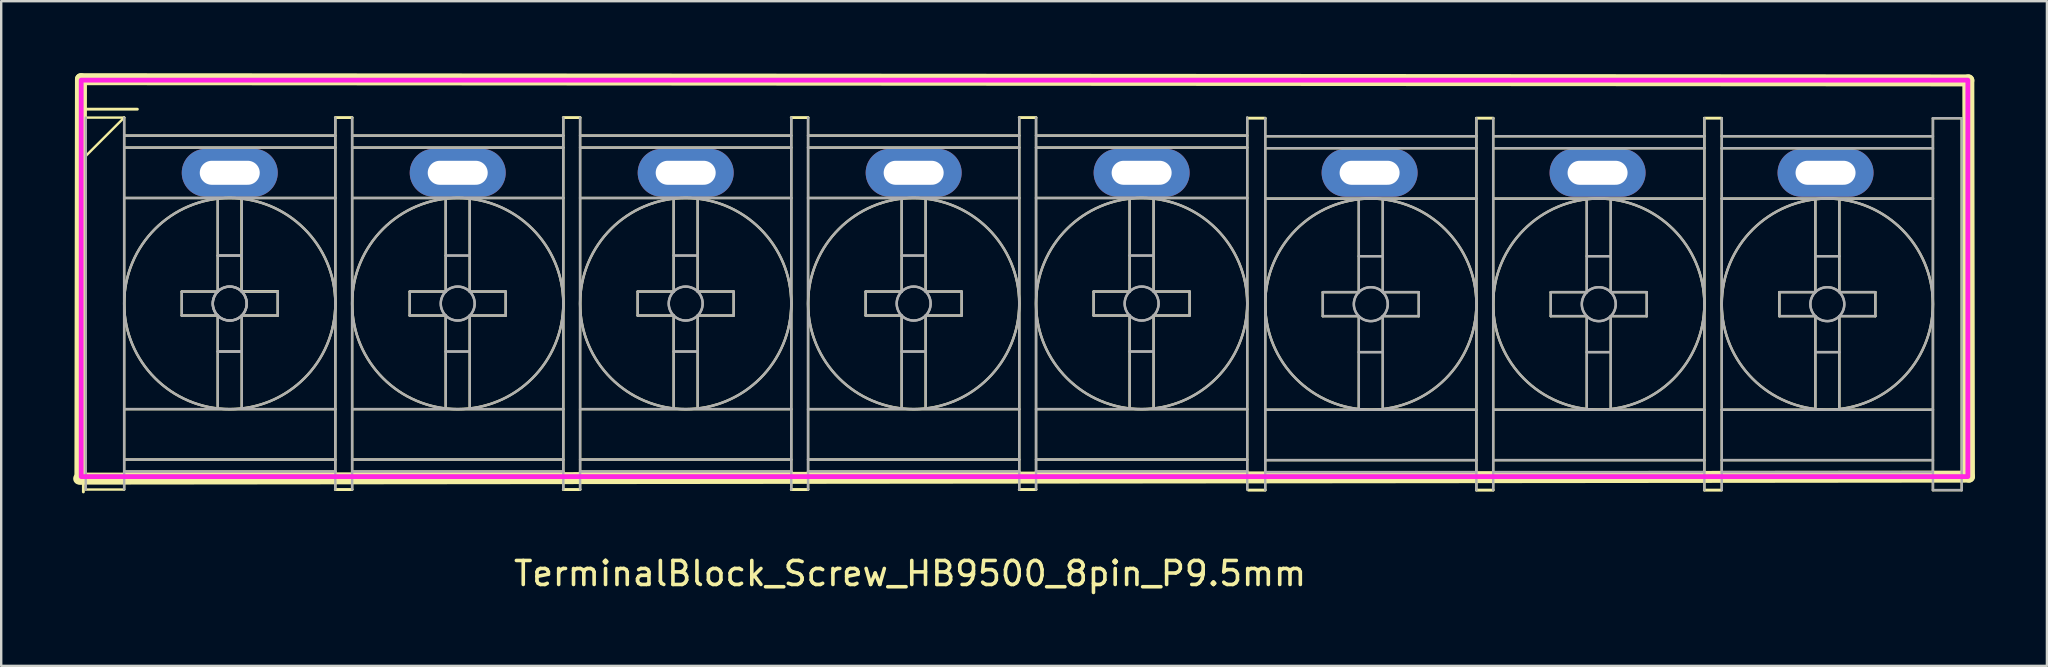
<source format=kicad_pcb>
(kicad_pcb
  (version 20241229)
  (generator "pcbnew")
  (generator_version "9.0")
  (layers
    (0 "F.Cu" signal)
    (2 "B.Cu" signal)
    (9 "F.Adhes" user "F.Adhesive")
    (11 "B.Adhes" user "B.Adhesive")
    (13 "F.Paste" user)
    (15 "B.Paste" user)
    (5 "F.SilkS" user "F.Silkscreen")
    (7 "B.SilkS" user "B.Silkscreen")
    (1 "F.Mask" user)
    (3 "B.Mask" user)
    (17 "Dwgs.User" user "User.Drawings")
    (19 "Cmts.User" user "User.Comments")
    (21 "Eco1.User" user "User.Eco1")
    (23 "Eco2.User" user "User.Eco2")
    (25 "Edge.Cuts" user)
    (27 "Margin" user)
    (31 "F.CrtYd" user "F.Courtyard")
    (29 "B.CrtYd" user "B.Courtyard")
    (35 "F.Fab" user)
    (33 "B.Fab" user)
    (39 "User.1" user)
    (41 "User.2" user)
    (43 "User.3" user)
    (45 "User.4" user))
  (footprint "TerminalBlock_Screw_HB9500_8pin_P9.5mm"
    (layer "F.Cu")
    (at 6.524 4.15)
    (property "Reference" "TerminalBlock_Screw_HB9500_8pin_P9.5mm" (at 28.35 16.7 0) (layer "F.SilkS") (effects (font (size 1 1) (thickness 0.15))))
    (attr through_hole)
    (fp_line (start -6.35 -2.65) (end -3.85 -2.65) (stroke (width 0.12) (type solid)) (layer "F.SilkS"))
    (fp_line (start -6.35 -0.15) (end -6.35 -2.65) (stroke (width 0.12) (type solid)) (layer "F.SilkS"))
    (fp_line (start -6.274 12.745) (end 72.475 12.662) (stroke (width 0.5) (type solid)) (layer "F.SilkS"))
    (fp_line (start -6.2 -3.9) (end -6.223 12.745) (stroke (width 0.5) (type solid)) (layer "F.SilkS"))
    (fp_line (start -6.1 13.3) (end -6.1 -2.4) (stroke (width 0.12) (type solid)) (layer "F.SilkS"))
    (fp_line (start -6 -2.3) (end -4.4 -2.3) (stroke (width 0.1) (type solid)) (layer "F.SilkS"))
    (fp_line (start -6 13.2) (end -4.4 13.2) (stroke (width 0.1) (type solid)) (layer "F.SilkS"))
    (fp_line (start -4.4 -2.3) (end -6 -0.7) (stroke (width 0.1) (type solid)) (layer "F.SilkS"))
    (fp_line (start -4.4 -2.3) (end -4.4 13.2) (stroke (width 0.1) (type solid)) (layer "F.SilkS"))
    (fp_line (start -4.4 -1.55) (end 4.4 -1.55) (stroke (width 0.1) (type solid)) (layer "F.SilkS"))
    (fp_line (start -4.4 -1.05) (end 4.4 -1.05) (stroke (width 0.1) (type solid)) (layer "F.SilkS"))
    (fp_line (start -4.4 1.05) (end 4.4 1.05) (stroke (width 0.1) (type solid)) (layer "F.SilkS"))
    (fp_line (start -4.4 9.85) (end 4.4 9.85) (stroke (width 0.1) (type solid)) (layer "F.SilkS"))
    (fp_line (start -4.4 11.95) (end 4.4 11.95) (stroke (width 0.1) (type solid)) (layer "F.SilkS"))
    (fp_line (start -4.4 12.45) (end 4.4 12.45) (stroke (width 0.1) (type solid)) (layer "F.SilkS"))
    (fp_line (start -2 4.95) (end -2 5.95) (stroke (width 0.1) (type solid)) (layer "F.SilkS"))
    (fp_line (start -2 5.95) (end -0.5 5.95) (stroke (width 0.1) (type solid)) (layer "F.SilkS"))
    (fp_line (start -0.5 1.1) (end -0.5 4.95) (stroke (width 0.1) (type solid)) (layer "F.SilkS"))
    (fp_line (start -0.5 4.95) (end -2 4.95) (stroke (width 0.1) (type solid)) (layer "F.SilkS"))
    (fp_line (start -0.5 5.95) (end -0.5 9.8) (stroke (width 0.1) (type solid)) (layer "F.SilkS"))
    (fp_line (start 0.5 1.09) (end 0.5 4.94) (stroke (width 0.1) (type solid)) (layer "F.SilkS"))
    (fp_line (start 0.5 1.1) (end 0.5 4.95) (stroke (width 0.1) (type solid)) (layer "F.SilkS"))
    (fp_line (start 0.5 4.94) (end 2 4.94) (stroke (width 0.1) (type solid)) (layer "F.SilkS"))
    (fp_line (start 0.5 4.95) (end 2 4.95) (stroke (width 0.1) (type solid)) (layer "F.SilkS"))
    (fp_line (start 0.5 5.95) (end 0.5 9.8) (stroke (width 0.1) (type solid)) (layer "F.SilkS"))
    (fp_line (start 2 4.95) (end 2 5.95) (stroke (width 0.1) (type solid)) (layer "F.SilkS"))
    (fp_line (start 2 5.95) (end 0.5 5.95) (stroke (width 0.1) (type solid)) (layer "F.SilkS"))
    (fp_line (start 4.4 -2.3) (end 4.4 13.2) (stroke (width 0.1) (type solid)) (layer "F.SilkS"))
    (fp_line (start 4.4 -2.3) (end 5.1 -2.3) (stroke (width 0.12) (type solid)) (layer "F.SilkS"))
    (fp_line (start 5.1 -2.3) (end 5.1 13.2) (stroke (width 0.1) (type solid)) (layer "F.SilkS"))
    (fp_line (start 5.1 -1.55) (end 13.9 -1.55) (stroke (width 0.1) (type solid)) (layer "F.SilkS"))
    (fp_line (start 5.1 -1.05) (end 13.9 -1.05) (stroke (width 0.1) (type solid)) (layer "F.SilkS"))
    (fp_line (start 5.1 1.05) (end 13.9 1.05) (stroke (width 0.1) (type solid)) (layer "F.SilkS"))
    (fp_line (start 5.1 9.85) (end 13.9 9.85) (stroke (width 0.1) (type solid)) (layer "F.SilkS"))
    (fp_line (start 5.1 11.95) (end 13.9 11.95) (stroke (width 0.1) (type solid)) (layer "F.SilkS"))
    (fp_line (start 5.1 12.45) (end 13.9 12.45) (stroke (width 0.1) (type solid)) (layer "F.SilkS"))
    (fp_line (start 5.1 13.2) (end 4.4 13.2) (stroke (width 0.12) (type solid)) (layer "F.SilkS"))
    (fp_line (start 7.5 4.95) (end 7.5 5.95) (stroke (width 0.1) (type solid)) (layer "F.SilkS"))
    (fp_line (start 7.5 5.95) (end 9 5.95) (stroke (width 0.1) (type solid)) (layer "F.SilkS"))
    (fp_line (start 9 1.1) (end 9 4.95) (stroke (width 0.1) (type solid)) (layer "F.SilkS"))
    (fp_line (start 9 4.95) (end 7.5 4.95) (stroke (width 0.1) (type solid)) (layer "F.SilkS"))
    (fp_line (start 9 5.95) (end 9 9.8) (stroke (width 0.1) (type solid)) (layer "F.SilkS"))
    (fp_line (start 10 1.1) (end 10 4.95) (stroke (width 0.1) (type solid)) (layer "F.SilkS"))
    (fp_line (start 10 4.95) (end 11.5 4.95) (stroke (width 0.1) (type solid)) (layer "F.SilkS"))
    (fp_line (start 10 5.95) (end 10 9.8) (stroke (width 0.1) (type solid)) (layer "F.SilkS"))
    (fp_line (start 11.5 4.95) (end 11.5 5.95) (stroke (width 0.1) (type solid)) (layer "F.SilkS"))
    (fp_line (start 11.5 5.95) (end 10 5.95) (stroke (width 0.1) (type solid)) (layer "F.SilkS"))
    (fp_line (start 13.9 -2.3) (end 13.9 13.2) (stroke (width 0.1) (type solid)) (layer "F.SilkS"))
    (fp_line (start 13.9 -2.3) (end 14.6 -2.3) (stroke (width 0.12) (type solid)) (layer "F.SilkS"))
    (fp_line (start 13.9 13.2) (end 14.6 13.2) (stroke (width 0.12) (type solid)) (layer "F.SilkS"))
    (fp_line (start 14.6 -2.3) (end 14.6 13.2) (stroke (width 0.1) (type solid)) (layer "F.SilkS"))
    (fp_line (start 14.6 -1.55) (end 23.4 -1.55) (stroke (width 0.1) (type solid)) (layer "F.SilkS"))
    (fp_line (start 14.6 -1.05) (end 23.4 -1.05) (stroke (width 0.1) (type solid)) (layer "F.SilkS"))
    (fp_line (start 14.6 1.05) (end 23.4 1.05) (stroke (width 0.1) (type solid)) (layer "F.SilkS"))
    (fp_line (start 14.6 9.85) (end 23.4 9.85) (stroke (width 0.1) (type solid)) (layer "F.SilkS"))
    (fp_line (start 14.6 11.95) (end 23.4 11.95) (stroke (width 0.1) (type solid)) (layer "F.SilkS"))
    (fp_line (start 14.6 12.45) (end 23.4 12.45) (stroke (width 0.1) (type solid)) (layer "F.SilkS"))
    (fp_line (start 17 4.95) (end 17 5.95) (stroke (width 0.1) (type solid)) (layer "F.SilkS"))
    (fp_line (start 17 5.95) (end 18.5 5.95) (stroke (width 0.1) (type solid)) (layer "F.SilkS"))
    (fp_line (start 18.5 1.1) (end 18.5 4.95) (stroke (width 0.1) (type solid)) (layer "F.SilkS"))
    (fp_line (start 18.5 4.95) (end 17 4.95) (stroke (width 0.1) (type solid)) (layer "F.SilkS"))
    (fp_line (start 18.5 5.95) (end 18.5 9.8) (stroke (width 0.1) (type solid)) (layer "F.SilkS"))
    (fp_line (start 19.5 1.1) (end 19.5 4.95) (stroke (width 0.1) (type solid)) (layer "F.SilkS"))
    (fp_line (start 19.5 4.95) (end 21 4.95) (stroke (width 0.1) (type solid)) (layer "F.SilkS"))
    (fp_line (start 19.5 5.95) (end 19.5 9.8) (stroke (width 0.1) (type solid)) (layer "F.SilkS"))
    (fp_line (start 21 4.95) (end 21 5.95) (stroke (width 0.1) (type solid)) (layer "F.SilkS"))
    (fp_line (start 21 5.95) (end 19.5 5.95) (stroke (width 0.1) (type solid)) (layer "F.SilkS"))
    (fp_line (start 23.4 -2.3) (end 23.4 13.2) (stroke (width 0.1) (type solid)) (layer "F.SilkS"))
    (fp_line (start 23.4 -2.3) (end 24.1 -2.3) (stroke (width 0.12) (type solid)) (layer "F.SilkS"))
    (fp_line (start 24.1 -2.3) (end 24.1 13.2) (stroke (width 0.1) (type solid)) (layer "F.SilkS"))
    (fp_line (start 24.1 -1.55) (end 32.9 -1.55) (stroke (width 0.1) (type solid)) (layer "F.SilkS"))
    (fp_line (start 24.1 -1.05) (end 32.9 -1.05) (stroke (width 0.1) (type solid)) (layer "F.SilkS"))
    (fp_line (start 24.1 1.05) (end 32.9 1.05) (stroke (width 0.1) (type solid)) (layer "F.SilkS"))
    (fp_line (start 24.1 9.85) (end 32.9 9.85) (stroke (width 0.1) (type solid)) (layer "F.SilkS"))
    (fp_line (start 24.1 11.95) (end 32.9 11.95) (stroke (width 0.1) (type solid)) (layer "F.SilkS"))
    (fp_line (start 24.1 12.45) (end 32.9 12.45) (stroke (width 0.1) (type solid)) (layer "F.SilkS"))
    (fp_line (start 24.1 13.2) (end 23.4 13.2) (stroke (width 0.12) (type solid)) (layer "F.SilkS"))
    (fp_line (start 26.5 4.95) (end 26.5 5.95) (stroke (width 0.1) (type solid)) (layer "F.SilkS"))
    (fp_line (start 26.5 5.95) (end 28 5.95) (stroke (width 0.1) (type solid)) (layer "F.SilkS"))
    (fp_line (start 28 1.1) (end 28 4.95) (stroke (width 0.1) (type solid)) (layer "F.SilkS"))
    (fp_line (start 28 4.95) (end 26.5 4.95) (stroke (width 0.1) (type solid)) (layer "F.SilkS"))
    (fp_line (start 28 5.95) (end 28 9.8) (stroke (width 0.1) (type solid)) (layer "F.SilkS"))
    (fp_line (start 29 1.1) (end 29 4.95) (stroke (width 0.1) (type solid)) (layer "F.SilkS"))
    (fp_line (start 29 4.95) (end 30.5 4.95) (stroke (width 0.1) (type solid)) (layer "F.SilkS"))
    (fp_line (start 29 5.95) (end 29 9.8) (stroke (width 0.1) (type solid)) (layer "F.SilkS"))
    (fp_line (start 30.5 4.95) (end 30.5 5.95) (stroke (width 0.1) (type solid)) (layer "F.SilkS"))
    (fp_line (start 30.5 5.95) (end 29 5.95) (stroke (width 0.1) (type solid)) (layer "F.SilkS"))
    (fp_line (start 32.9 -2.3) (end 32.9 13.2) (stroke (width 0.1) (type solid)) (layer "F.SilkS"))
    (fp_line (start 32.9 -2.3) (end 33.6 -2.3) (stroke (width 0.12) (type solid)) (layer "F.SilkS"))
    (fp_line (start 32.9 13.2) (end 33.6 13.2) (stroke (width 0.12) (type solid)) (layer "F.SilkS"))
    (fp_line (start 33.6 -2.3) (end 33.6 13.2) (stroke (width 0.1) (type solid)) (layer "F.SilkS"))
    (fp_line (start 33.6 -1.55) (end 42.4 -1.55) (stroke (width 0.1) (type solid)) (layer "F.SilkS"))
    (fp_line (start 33.6 -1.05) (end 42.4 -1.05) (stroke (width 0.1) (type solid)) (layer "F.SilkS"))
    (fp_line (start 33.6 1.05) (end 42.4 1.05) (stroke (width 0.1) (type solid)) (layer "F.SilkS"))
    (fp_line (start 33.6 9.85) (end 42.4 9.85) (stroke (width 0.1) (type solid)) (layer "F.SilkS"))
    (fp_line (start 33.6 11.95) (end 42.4 11.95) (stroke (width 0.1) (type solid)) (layer "F.SilkS"))
    (fp_line (start 33.6 12.45) (end 42.4 12.45) (stroke (width 0.1) (type solid)) (layer "F.SilkS"))
    (fp_line (start 36 4.95) (end 36 5.95) (stroke (width 0.1) (type solid)) (layer "F.SilkS"))
    (fp_line (start 36 5.95) (end 37.5 5.95) (stroke (width 0.1) (type solid)) (layer "F.SilkS"))
    (fp_line (start 37.5 1.1) (end 37.5 4.95) (stroke (width 0.1) (type solid)) (layer "F.SilkS"))
    (fp_line (start 37.5 4.95) (end 36 4.95) (stroke (width 0.1) (type solid)) (layer "F.SilkS"))
    (fp_line (start 37.5 5.95) (end 37.5 9.8) (stroke (width 0.1) (type solid)) (layer "F.SilkS"))
    (fp_line (start 38.5 1.1) (end 38.5 4.95) (stroke (width 0.1) (type solid)) (layer "F.SilkS"))
    (fp_line (start 38.5 4.95) (end 40 4.95) (stroke (width 0.1) (type solid)) (layer "F.SilkS"))
    (fp_line (start 38.5 5.95) (end 38.5 9.8) (stroke (width 0.1) (type solid)) (layer "F.SilkS"))
    (fp_line (start 40 4.95) (end 40 5.95) (stroke (width 0.1) (type solid)) (layer "F.SilkS"))
    (fp_line (start 40 5.95) (end 38.5 5.95) (stroke (width 0.1) (type solid)) (layer "F.SilkS"))
    (fp_line (start 42.4 -2.3) (end 42.4 13.2) (stroke (width 0.1) (type solid)) (layer "F.SilkS"))
    (fp_line (start 42.45 -2.275) (end 43.15 -2.275) (stroke (width 0.12) (type solid)) (layer "F.SilkS"))
    (fp_line (start 43.15 -2.275) (end 43.15 13.225) (stroke (width 0.1) (type solid)) (layer "F.SilkS"))
    (fp_line (start 43.15 -1.525) (end 51.95 -1.525) (stroke (width 0.1) (type solid)) (layer "F.SilkS"))
    (fp_line (start 43.15 -1.025) (end 51.95 -1.025) (stroke (width 0.1) (type solid)) (layer "F.SilkS"))
    (fp_line (start 43.15 1.075) (end 51.95 1.075) (stroke (width 0.1) (type solid)) (layer "F.SilkS"))
    (fp_line (start 43.15 9.875) (end 51.95 9.875) (stroke (width 0.1) (type solid)) (layer "F.SilkS"))
    (fp_line (start 43.15 11.975) (end 51.95 11.975) (stroke (width 0.1) (type solid)) (layer "F.SilkS"))
    (fp_line (start 43.15 12.475) (end 51.95 12.475) (stroke (width 0.1) (type solid)) (layer "F.SilkS"))
    (fp_line (start 43.15 13.225) (end 42.45 13.225) (stroke (width 0.12) (type solid)) (layer "F.SilkS"))
    (fp_line (start 45.55 4.975) (end 45.55 5.975) (stroke (width 0.1) (type solid)) (layer "F.SilkS"))
    (fp_line (start 45.55 5.975) (end 47.05 5.975) (stroke (width 0.1) (type solid)) (layer "F.SilkS"))
    (fp_line (start 47.05 1.125) (end 47.05 4.975) (stroke (width 0.1) (type solid)) (layer "F.SilkS"))
    (fp_line (start 47.05 4.975) (end 45.55 4.975) (stroke (width 0.1) (type solid)) (layer "F.SilkS"))
    (fp_line (start 47.05 5.975) (end 47.05 9.825) (stroke (width 0.1) (type solid)) (layer "F.SilkS"))
    (fp_line (start 48.05 1.125) (end 48.05 4.975) (stroke (width 0.1) (type solid)) (layer "F.SilkS"))
    (fp_line (start 48.05 4.975) (end 49.55 4.975) (stroke (width 0.1) (type solid)) (layer "F.SilkS"))
    (fp_line (start 48.05 5.975) (end 48.05 9.825) (stroke (width 0.1) (type solid)) (layer "F.SilkS"))
    (fp_line (start 49.55 4.975) (end 49.55 5.975) (stroke (width 0.1) (type solid)) (layer "F.SilkS"))
    (fp_line (start 49.55 5.975) (end 48.05 5.975) (stroke (width 0.1) (type solid)) (layer "F.SilkS"))
    (fp_line (start 51.95 -2.275) (end 51.95 13.225) (stroke (width 0.1) (type solid)) (layer "F.SilkS"))
    (fp_line (start 51.95 -2.275) (end 52.65 -2.275) (stroke (width 0.12) (type solid)) (layer "F.SilkS"))
    (fp_line (start 51.95 13.225) (end 52.65 13.225) (stroke (width 0.12) (type solid)) (layer "F.SilkS"))
    (fp_line (start 52.65 -2.275) (end 52.65 13.225) (stroke (width 0.1) (type solid)) (layer "F.SilkS"))
    (fp_line (start 52.65 -1.525) (end 61.45 -1.525) (stroke (width 0.1) (type solid)) (layer "F.SilkS"))
    (fp_line (start 52.65 -1.025) (end 61.45 -1.025) (stroke (width 0.1) (type solid)) (layer "F.SilkS"))
    (fp_line (start 52.65 1.075) (end 61.45 1.075) (stroke (width 0.1) (type solid)) (layer "F.SilkS"))
    (fp_line (start 52.65 9.875) (end 61.45 9.875) (stroke (width 0.1) (type solid)) (layer "F.SilkS"))
    (fp_line (start 52.65 11.975) (end 61.45 11.975) (stroke (width 0.1) (type solid)) (layer "F.SilkS"))
    (fp_line (start 52.65 12.475) (end 61.45 12.475) (stroke (width 0.1) (type solid)) (layer "F.SilkS"))
    (fp_line (start 55.05 4.975) (end 55.05 5.975) (stroke (width 0.1) (type solid)) (layer "F.SilkS"))
    (fp_line (start 55.05 5.975) (end 56.55 5.975) (stroke (width 0.1) (type solid)) (layer "F.SilkS"))
    (fp_line (start 56.55 1.125) (end 56.55 4.975) (stroke (width 0.1) (type solid)) (layer "F.SilkS"))
    (fp_line (start 56.55 4.975) (end 55.05 4.975) (stroke (width 0.1) (type solid)) (layer "F.SilkS"))
    (fp_line (start 56.55 5.975) (end 56.55 9.825) (stroke (width 0.1) (type solid)) (layer "F.SilkS"))
    (fp_line (start 57.55 1.125) (end 57.55 4.975) (stroke (width 0.1) (type solid)) (layer "F.SilkS"))
    (fp_line (start 57.55 4.975) (end 59.05 4.975) (stroke (width 0.1) (type solid)) (layer "F.SilkS"))
    (fp_line (start 57.55 5.975) (end 57.55 9.825) (stroke (width 0.1) (type solid)) (layer "F.SilkS"))
    (fp_line (start 59.05 4.975) (end 59.05 5.975) (stroke (width 0.1) (type solid)) (layer "F.SilkS"))
    (fp_line (start 59.05 5.975) (end 57.55 5.975) (stroke (width 0.1) (type solid)) (layer "F.SilkS"))
    (fp_line (start 61.45 -2.275) (end 61.45 13.225) (stroke (width 0.1) (type solid)) (layer "F.SilkS"))
    (fp_line (start 61.45 -2.275) (end 62.15 -2.275) (stroke (width 0.12) (type solid)) (layer "F.SilkS"))
    (fp_line (start 61.45 13.225) (end 62.15 13.225) (stroke (width 0.12) (type solid)) (layer "F.SilkS"))
    (fp_line (start 62.175 -2.275) (end 62.175 13.225) (stroke (width 0.1) (type solid)) (layer "F.SilkS"))
    (fp_line (start 62.175 -1.525) (end 70.975 -1.525) (stroke (width 0.1) (type solid)) (layer "F.SilkS"))
    (fp_line (start 62.175 -1.025) (end 70.975 -1.025) (stroke (width 0.1) (type solid)) (layer "F.SilkS"))
    (fp_line (start 62.175 1.075) (end 70.975 1.075) (stroke (width 0.1) (type solid)) (layer "F.SilkS"))
    (fp_line (start 62.175 9.875) (end 70.975 9.875) (stroke (width 0.1) (type solid)) (layer "F.SilkS"))
    (fp_line (start 62.175 11.975) (end 70.975 11.975) (stroke (width 0.1) (type solid)) (layer "F.SilkS"))
    (fp_line (start 62.175 12.475) (end 70.975 12.475) (stroke (width 0.1) (type solid)) (layer "F.SilkS"))
    (fp_line (start 64.575 4.975) (end 64.575 5.975) (stroke (width 0.1) (type solid)) (layer "F.SilkS"))
    (fp_line (start 64.575 5.975) (end 66.075 5.975) (stroke (width 0.1) (type solid)) (layer "F.SilkS"))
    (fp_line (start 66.075 1.125) (end 66.075 4.975) (stroke (width 0.1) (type solid)) (layer "F.SilkS"))
    (fp_line (start 66.075 4.975) (end 64.575 4.975) (stroke (width 0.1) (type solid)) (layer "F.SilkS"))
    (fp_line (start 66.075 5.975) (end 66.075 9.825) (stroke (width 0.1) (type solid)) (layer "F.SilkS"))
    (fp_line (start 67.075 1.125) (end 67.075 4.975) (stroke (width 0.1) (type solid)) (layer "F.SilkS"))
    (fp_line (start 67.075 4.975) (end 68.575 4.975) (stroke (width 0.1) (type solid)) (layer "F.SilkS"))
    (fp_line (start 67.075 5.975) (end 67.075 9.825) (stroke (width 0.1) (type solid)) (layer "F.SilkS"))
    (fp_line (start 68.575 4.975) (end 68.575 5.975) (stroke (width 0.1) (type solid)) (layer "F.SilkS"))
    (fp_line (start 68.575 5.975) (end 67.075 5.975) (stroke (width 0.1) (type solid)) (layer "F.SilkS"))
    (fp_line (start 70.975 -2.275) (end 70.975 13.225) (stroke (width 0.1) (type solid)) (layer "F.SilkS"))
    (fp_line (start 70.975 -2.275) (end 72.175 -2.275) (stroke (width 0.1) (type solid)) (layer "F.SilkS"))
    (fp_line (start 70.975 13.225) (end 72.175 13.225) (stroke (width 0.1) (type solid)) (layer "F.SilkS"))
    (fp_line (start 72.175 -2.275) (end 72.175 13.225) (stroke (width 0.1) (type solid)) (layer "F.SilkS"))
    (fp_line (start 72.45 -3.85) (end -6.2 -3.9) (stroke (width 0.5) (type solid)) (layer "F.SilkS"))
    (fp_line (start 72.45 -3.85) (end 72.475 12.662) (stroke (width 0.5) (type solid)) (layer "F.SilkS"))
    (fp_circle (center 0 5.45) (end 4.4 5.45) (stroke (width 0.1) (type solid)) (fill no) (layer "F.SilkS"))
    (fp_circle (center 9.5 5.45) (end 13.9 5.45) (stroke (width 0.1) (type solid)) (fill no) (layer "F.SilkS"))
    (fp_circle (center 19 5.45) (end 23.4 5.45) (stroke (width 0.1) (type solid)) (fill no) (layer "F.SilkS"))
    (fp_circle (center 28.5 5.45) (end 32.9 5.45) (stroke (width 0.1) (type solid)) (fill no) (layer "F.SilkS"))
    (fp_circle (center 38 5.45) (end 42.4 5.45) (stroke (width 0.1) (type solid)) (fill no) (layer "F.SilkS"))
    (fp_circle (center 47.55 5.475) (end 51.95 5.475) (stroke (width 0.1) (type solid)) (fill no) (layer "F.SilkS"))
    (fp_circle (center 57.05 5.475) (end 61.45 5.475) (stroke (width 0.1) (type solid)) (fill no) (layer "F.SilkS"))
    (fp_circle (center 66.575 5.475) (end 70.975 5.475) (stroke (width 0.1) (type solid)) (fill no) (layer "F.SilkS"))
    (fp_rect (start -6.19 -3.86) (end 72.43 12.66) (stroke (width 0.2) (type solid)) (fill no) (layer "F.CrtYd"))
    (fp_line (start -6 -2.3) (end -6 13.2) (stroke (width 0.1) (type solid)) (layer "F.Fab"))
    (fp_line (start -4.4 -2.3) (end -4.4 13.2) (stroke (width 0.1) (type solid)) (layer "F.Fab"))
    (fp_line (start -4.4 -1.55) (end 4.4 -1.55) (stroke (width 0.1) (type solid)) (layer "F.Fab"))
    (fp_line (start -4.4 -1.05) (end 4.4 -1.05) (stroke (width 0.1) (type solid)) (layer "F.Fab"))
    (fp_line (start -4.4 1.05) (end 4.4 1.05) (stroke (width 0.1) (type solid)) (layer "F.Fab"))
    (fp_line (start -4.4 9.85) (end 4.4 9.85) (stroke (width 0.1) (type solid)) (layer "F.Fab"))
    (fp_line (start -4.4 11.95) (end 4.4 11.95) (stroke (width 0.1) (type solid)) (layer "F.Fab"))
    (fp_line (start -4.4 12.45) (end 4.4 12.45) (stroke (width 0.1) (type solid)) (layer "F.Fab"))
    (fp_line (start -2 4.95) (end -2 5.95) (stroke (width 0.1) (type solid)) (layer "F.Fab"))
    (fp_line (start -2 5.95) (end -0.5 5.95) (stroke (width 0.1) (type solid)) (layer "F.Fab"))
    (fp_line (start -0.5 1.1) (end -0.5 4.95) (stroke (width 0.1) (type solid)) (layer "F.Fab"))
    (fp_line (start -0.5 3.45) (end 0.5 3.45) (stroke (width 0.1) (type solid)) (layer "F.Fab"))
    (fp_line (start -0.5 3.45) (end 0.5 3.45) (stroke (width 0.1) (type solid)) (layer "F.Fab"))
    (fp_line (start -0.5 3.45) (end 0.5 3.45) (stroke (width 0.1) (type solid)) (layer "F.Fab"))
    (fp_line (start -0.5 4.95) (end -2 4.95) (stroke (width 0.1) (type solid)) (layer "F.Fab"))
    (fp_line (start -0.5 5.95) (end -0.5 9.8) (stroke (width 0.1) (type solid)) (layer "F.Fab"))
    (fp_line (start -0.5 7.45) (end 0.5 7.45) (stroke (width 0.1) (type solid)) (layer "F.Fab"))
    (fp_line (start -0.5 7.45) (end 0.5 7.45) (stroke (width 0.1) (type solid)) (layer "F.Fab"))
    (fp_line (start -0.5 7.45) (end 0.5 7.45) (stroke (width 0.1) (type solid)) (layer "F.Fab"))
    (fp_line (start 0.5 1.1) (end 0.5 4.95) (stroke (width 0.1) (type solid)) (layer "F.Fab"))
    (fp_line (start 0.5 4.95) (end 2 4.95) (stroke (width 0.1) (type solid)) (layer "F.Fab"))
    (fp_line (start 0.5 5.95) (end 0.5 9.8) (stroke (width 0.1) (type solid)) (layer "F.Fab"))
    (fp_line (start 2 4.95) (end 2 5.95) (stroke (width 0.1) (type solid)) (layer "F.Fab"))
    (fp_line (start 2 5.95) (end 0.5 5.95) (stroke (width 0.1) (type solid)) (layer "F.Fab"))
    (fp_line (start 4.4 -2.3) (end 4.4 13.2) (stroke (width 0.1) (type solid)) (layer "F.Fab"))
    (fp_line (start 5.1 -2.3) (end 5.1 13.2) (stroke (width 0.1) (type solid)) (layer "F.Fab"))
    (fp_line (start 5.1 -1.55) (end 13.9 -1.55) (stroke (width 0.1) (type solid)) (layer "F.Fab"))
    (fp_line (start 5.1 -1.05) (end 13.9 -1.05) (stroke (width 0.1) (type solid)) (layer "F.Fab"))
    (fp_line (start 5.1 1.05) (end 13.9 1.05) (stroke (width 0.1) (type solid)) (layer "F.Fab"))
    (fp_line (start 5.1 9.85) (end 13.9 9.85) (stroke (width 0.1) (type solid)) (layer "F.Fab"))
    (fp_line (start 5.1 11.95) (end 13.9 11.95) (stroke (width 0.1) (type solid)) (layer "F.Fab"))
    (fp_line (start 5.1 12.45) (end 13.9 12.45) (stroke (width 0.1) (type solid)) (layer "F.Fab"))
    (fp_line (start 7.5 4.95) (end 7.5 5.95) (stroke (width 0.1) (type solid)) (layer "F.Fab"))
    (fp_line (start 7.5 5.95) (end 9 5.95) (stroke (width 0.1) (type solid)) (layer "F.Fab"))
    (fp_line (start 9 1.1) (end 9 4.95) (stroke (width 0.1) (type solid)) (layer "F.Fab"))
    (fp_line (start 9 3.45) (end 10 3.45) (stroke (width 0.1) (type solid)) (layer "F.Fab"))
    (fp_line (start 9 3.45) (end 10 3.45) (stroke (width 0.1) (type solid)) (layer "F.Fab"))
    (fp_line (start 9 4.95) (end 7.5 4.95) (stroke (width 0.1) (type solid)) (layer "F.Fab"))
    (fp_line (start 9 5.95) (end 9 9.8) (stroke (width 0.1) (type solid)) (layer "F.Fab"))
    (fp_line (start 9 7.45) (end 10 7.45) (stroke (width 0.1) (type solid)) (layer "F.Fab"))
    (fp_line (start 9 7.45) (end 10 7.45) (stroke (width 0.1) (type solid)) (layer "F.Fab"))
    (fp_line (start 10 1.1) (end 10 4.95) (stroke (width 0.1) (type solid)) (layer "F.Fab"))
    (fp_line (start 10 4.95) (end 11.5 4.95) (stroke (width 0.1) (type solid)) (layer "F.Fab"))
    (fp_line (start 10 5.95) (end 10 9.8) (stroke (width 0.1) (type solid)) (layer "F.Fab"))
    (fp_line (start 11.5 4.95) (end 11.5 5.95) (stroke (width 0.1) (type solid)) (layer "F.Fab"))
    (fp_line (start 11.5 5.95) (end 10 5.95) (stroke (width 0.1) (type solid)) (layer "F.Fab"))
    (fp_line (start 13.9 -2.3) (end 13.9 13.2) (stroke (width 0.1) (type solid)) (layer "F.Fab"))
    (fp_line (start 14.6 -2.3) (end 14.6 13.2) (stroke (width 0.1) (type solid)) (layer "F.Fab"))
    (fp_line (start 14.6 -1.55) (end 23.4 -1.55) (stroke (width 0.1) (type solid)) (layer "F.Fab"))
    (fp_line (start 14.6 -1.05) (end 23.4 -1.05) (stroke (width 0.1) (type solid)) (layer "F.Fab"))
    (fp_line (start 14.6 1.05) (end 23.4 1.05) (stroke (width 0.1) (type solid)) (layer "F.Fab"))
    (fp_line (start 14.6 9.85) (end 23.4 9.85) (stroke (width 0.1) (type solid)) (layer "F.Fab"))
    (fp_line (start 14.6 11.95) (end 23.4 11.95) (stroke (width 0.1) (type solid)) (layer "F.Fab"))
    (fp_line (start 14.6 12.45) (end 23.4 12.45) (stroke (width 0.1) (type solid)) (layer "F.Fab"))
    (fp_line (start 17 4.95) (end 17 5.95) (stroke (width 0.1) (type solid)) (layer "F.Fab"))
    (fp_line (start 17 5.95) (end 18.5 5.95) (stroke (width 0.1) (type solid)) (layer "F.Fab"))
    (fp_line (start 18.5 1.1) (end 18.5 4.95) (stroke (width 0.1) (type solid)) (layer "F.Fab"))
    (fp_line (start 18.5 3.45) (end 19.5 3.45) (stroke (width 0.1) (type solid)) (layer "F.Fab"))
    (fp_line (start 18.5 3.45) (end 19.5 3.45) (stroke (width 0.1) (type solid)) (layer "F.Fab"))
    (fp_line (start 18.5 4.95) (end 17 4.95) (stroke (width 0.1) (type solid)) (layer "F.Fab"))
    (fp_line (start 18.5 5.95) (end 18.5 9.8) (stroke (width 0.1) (type solid)) (layer "F.Fab"))
    (fp_line (start 18.5 7.45) (end 19.5 7.45) (stroke (width 0.1) (type solid)) (layer "F.Fab"))
    (fp_line (start 18.5 7.45) (end 19.5 7.45) (stroke (width 0.1) (type solid)) (layer "F.Fab"))
    (fp_line (start 19.5 1.1) (end 19.5 4.95) (stroke (width 0.1) (type solid)) (layer "F.Fab"))
    (fp_line (start 19.5 4.95) (end 21 4.95) (stroke (width 0.1) (type solid)) (layer "F.Fab"))
    (fp_line (start 19.5 5.95) (end 19.5 9.8) (stroke (width 0.1) (type solid)) (layer "F.Fab"))
    (fp_line (start 21 4.95) (end 21 5.95) (stroke (width 0.1) (type solid)) (layer "F.Fab"))
    (fp_line (start 21 5.95) (end 19.5 5.95) (stroke (width 0.1) (type solid)) (layer "F.Fab"))
    (fp_line (start 23.4 -2.3) (end 23.4 13.2) (stroke (width 0.1) (type solid)) (layer "F.Fab"))
    (fp_line (start 24.1 -2.3) (end 24.1 13.2) (stroke (width 0.1) (type solid)) (layer "F.Fab"))
    (fp_line (start 24.1 -1.55) (end 32.9 -1.55) (stroke (width 0.1) (type solid)) (layer "F.Fab"))
    (fp_line (start 24.1 -1.05) (end 32.9 -1.05) (stroke (width 0.1) (type solid)) (layer "F.Fab"))
    (fp_line (start 24.1 1.05) (end 32.9 1.05) (stroke (width 0.1) (type solid)) (layer "F.Fab"))
    (fp_line (start 24.1 9.85) (end 32.9 9.85) (stroke (width 0.1) (type solid)) (layer "F.Fab"))
    (fp_line (start 24.1 11.95) (end 32.9 11.95) (stroke (width 0.1) (type solid)) (layer "F.Fab"))
    (fp_line (start 24.1 12.45) (end 32.9 12.45) (stroke (width 0.1) (type solid)) (layer "F.Fab"))
    (fp_line (start 26.5 4.95) (end 26.5 5.95) (stroke (width 0.1) (type solid)) (layer "F.Fab"))
    (fp_line (start 26.5 5.95) (end 28 5.95) (stroke (width 0.1) (type solid)) (layer "F.Fab"))
    (fp_line (start 28 1.1) (end 28 4.95) (stroke (width 0.1) (type solid)) (layer "F.Fab"))
    (fp_line (start 28 3.45) (end 29 3.45) (stroke (width 0.1) (type solid)) (layer "F.Fab"))
    (fp_line (start 28 3.45) (end 29 3.45) (stroke (width 0.1) (type solid)) (layer "F.Fab"))
    (fp_line (start 28 4.95) (end 26.5 4.95) (stroke (width 0.1) (type solid)) (layer "F.Fab"))
    (fp_line (start 28 5.95) (end 28 9.8) (stroke (width 0.1) (type solid)) (layer "F.Fab"))
    (fp_line (start 28 7.45) (end 29 7.45) (stroke (width 0.1) (type solid)) (layer "F.Fab"))
    (fp_line (start 28 7.45) (end 29 7.45) (stroke (width 0.1) (type solid)) (layer "F.Fab"))
    (fp_line (start 29 1.1) (end 29 4.95) (stroke (width 0.1) (type solid)) (layer "F.Fab"))
    (fp_line (start 29 4.95) (end 30.5 4.95) (stroke (width 0.1) (type solid)) (layer "F.Fab"))
    (fp_line (start 29 5.95) (end 29 9.8) (stroke (width 0.1) (type solid)) (layer "F.Fab"))
    (fp_line (start 30.5 4.95) (end 30.5 5.95) (stroke (width 0.1) (type solid)) (layer "F.Fab"))
    (fp_line (start 30.5 5.95) (end 29 5.95) (stroke (width 0.1) (type solid)) (layer "F.Fab"))
    (fp_line (start 32.9 -2.3) (end 32.9 13.2) (stroke (width 0.1) (type solid)) (layer "F.Fab"))
    (fp_line (start 33.6 -2.3) (end 33.6 13.2) (stroke (width 0.1) (type solid)) (layer "F.Fab"))
    (fp_line (start 33.6 -1.55) (end 42.4 -1.55) (stroke (width 0.1) (type solid)) (layer "F.Fab"))
    (fp_line (start 33.6 -1.05) (end 42.4 -1.05) (stroke (width 0.1) (type solid)) (layer "F.Fab"))
    (fp_line (start 33.6 1.05) (end 42.4 1.05) (stroke (width 0.1) (type solid)) (layer "F.Fab"))
    (fp_line (start 33.6 9.85) (end 42.4 9.85) (stroke (width 0.1) (type solid)) (layer "F.Fab"))
    (fp_line (start 33.6 11.95) (end 42.4 11.95) (stroke (width 0.1) (type solid)) (layer "F.Fab"))
    (fp_line (start 33.6 12.45) (end 42.4 12.45) (stroke (width 0.1) (type solid)) (layer "F.Fab"))
    (fp_line (start 36 4.95) (end 36 5.95) (stroke (width 0.1) (type solid)) (layer "F.Fab"))
    (fp_line (start 36 5.95) (end 37.5 5.95) (stroke (width 0.1) (type solid)) (layer "F.Fab"))
    (fp_line (start 37.5 1.1) (end 37.5 4.95) (stroke (width 0.1) (type solid)) (layer "F.Fab"))
    (fp_line (start 37.5 3.45) (end 38.5 3.45) (stroke (width 0.1) (type solid)) (layer "F.Fab"))
    (fp_line (start 37.5 3.45) (end 38.5 3.45) (stroke (width 0.1) (type solid)) (layer "F.Fab"))
    (fp_line (start 37.5 4.95) (end 36 4.95) (stroke (width 0.1) (type solid)) (layer "F.Fab"))
    (fp_line (start 37.5 5.95) (end 37.5 9.8) (stroke (width 0.1) (type solid)) (layer "F.Fab"))
    (fp_line (start 37.5 7.45) (end 38.5 7.45) (stroke (width 0.1) (type solid)) (layer "F.Fab"))
    (fp_line (start 37.5 7.45) (end 38.5 7.45) (stroke (width 0.1) (type solid)) (layer "F.Fab"))
    (fp_line (start 38.5 1.1) (end 38.5 4.95) (stroke (width 0.1) (type solid)) (layer "F.Fab"))
    (fp_line (start 38.5 4.95) (end 40 4.95) (stroke (width 0.1) (type solid)) (layer "F.Fab"))
    (fp_line (start 38.5 5.95) (end 38.5 9.8) (stroke (width 0.1) (type solid)) (layer "F.Fab"))
    (fp_line (start 40 4.95) (end 40 5.95) (stroke (width 0.1) (type solid)) (layer "F.Fab"))
    (fp_line (start 40 5.95) (end 38.5 5.95) (stroke (width 0.1) (type solid)) (layer "F.Fab"))
    (fp_line (start 42.4 -2.3) (end 42.4 13.2) (stroke (width 0.1) (type solid)) (layer "F.Fab"))
    (fp_line (start 43.15 -2.275) (end 43.15 13.225) (stroke (width 0.1) (type solid)) (layer "F.Fab"))
    (fp_line (start 43.15 -1.525) (end 51.95 -1.525) (stroke (width 0.1) (type solid)) (layer "F.Fab"))
    (fp_line (start 43.15 -1.025) (end 51.95 -1.025) (stroke (width 0.1) (type solid)) (layer "F.Fab"))
    (fp_line (start 43.15 1.075) (end 51.95 1.075) (stroke (width 0.1) (type solid)) (layer "F.Fab"))
    (fp_line (start 43.15 9.875) (end 51.95 9.875) (stroke (width 0.1) (type solid)) (layer "F.Fab"))
    (fp_line (start 43.15 11.975) (end 51.95 11.975) (stroke (width 0.1) (type solid)) (layer "F.Fab"))
    (fp_line (start 43.15 12.475) (end 51.95 12.475) (stroke (width 0.1) (type solid)) (layer "F.Fab"))
    (fp_line (start 45.55 4.975) (end 45.55 5.975) (stroke (width 0.1) (type solid)) (layer "F.Fab"))
    (fp_line (start 45.55 5.975) (end 47.05 5.975) (stroke (width 0.1) (type solid)) (layer "F.Fab"))
    (fp_line (start 47.05 1.125) (end 47.05 4.975) (stroke (width 0.1) (type solid)) (layer "F.Fab"))
    (fp_line (start 47.05 3.475) (end 48.05 3.475) (stroke (width 0.1) (type solid)) (layer "F.Fab"))
    (fp_line (start 47.05 3.475) (end 48.05 3.475) (stroke (width 0.1) (type solid)) (layer "F.Fab"))
    (fp_line (start 47.05 4.975) (end 45.55 4.975) (stroke (width 0.1) (type solid)) (layer "F.Fab"))
    (fp_line (start 47.05 5.975) (end 47.05 9.825) (stroke (width 0.1) (type solid)) (layer "F.Fab"))
    (fp_line (start 47.05 7.475) (end 48.05 7.475) (stroke (width 0.1) (type solid)) (layer "F.Fab"))
    (fp_line (start 47.05 7.475) (end 48.05 7.475) (stroke (width 0.1) (type solid)) (layer "F.Fab"))
    (fp_line (start 48.05 1.125) (end 48.05 4.975) (stroke (width 0.1) (type solid)) (layer "F.Fab"))
    (fp_line (start 48.05 4.975) (end 49.55 4.975) (stroke (width 0.1) (type solid)) (layer "F.Fab"))
    (fp_line (start 48.05 5.975) (end 48.05 9.825) (stroke (width 0.1) (type solid)) (layer "F.Fab"))
    (fp_line (start 49.55 4.975) (end 49.55 5.975) (stroke (width 0.1) (type solid)) (layer "F.Fab"))
    (fp_line (start 49.55 5.975) (end 48.05 5.975) (stroke (width 0.1) (type solid)) (layer "F.Fab"))
    (fp_line (start 51.95 -2.275) (end 51.95 13.225) (stroke (width 0.1) (type solid)) (layer "F.Fab"))
    (fp_line (start 52.65 -2.275) (end 52.65 13.225) (stroke (width 0.1) (type solid)) (layer "F.Fab"))
    (fp_line (start 52.65 -1.525) (end 61.45 -1.525) (stroke (width 0.1) (type solid)) (layer "F.Fab"))
    (fp_line (start 52.65 -1.025) (end 61.45 -1.025) (stroke (width 0.1) (type solid)) (layer "F.Fab"))
    (fp_line (start 52.65 1.075) (end 61.45 1.075) (stroke (width 0.1) (type solid)) (layer "F.Fab"))
    (fp_line (start 52.65 9.875) (end 61.45 9.875) (stroke (width 0.1) (type solid)) (layer "F.Fab"))
    (fp_line (start 52.65 11.975) (end 61.45 11.975) (stroke (width 0.1) (type solid)) (layer "F.Fab"))
    (fp_line (start 52.65 12.475) (end 61.45 12.475) (stroke (width 0.1) (type solid)) (layer "F.Fab"))
    (fp_line (start 55.05 4.975) (end 55.05 5.975) (stroke (width 0.1) (type solid)) (layer "F.Fab"))
    (fp_line (start 55.05 5.975) (end 56.55 5.975) (stroke (width 0.1) (type solid)) (layer "F.Fab"))
    (fp_line (start 56.55 1.125) (end 56.55 4.975) (stroke (width 0.1) (type solid)) (layer "F.Fab"))
    (fp_line (start 56.55 3.475) (end 57.55 3.475) (stroke (width 0.1) (type solid)) (layer "F.Fab"))
    (fp_line (start 56.55 3.475) (end 57.55 3.475) (stroke (width 0.1) (type solid)) (layer "F.Fab"))
    (fp_line (start 56.55 4.975) (end 55.05 4.975) (stroke (width 0.1) (type solid)) (layer "F.Fab"))
    (fp_line (start 56.55 5.975) (end 56.55 9.825) (stroke (width 0.1) (type solid)) (layer "F.Fab"))
    (fp_line (start 56.55 7.475) (end 57.55 7.475) (stroke (width 0.1) (type solid)) (layer "F.Fab"))
    (fp_line (start 56.55 7.475) (end 57.55 7.475) (stroke (width 0.1) (type solid)) (layer "F.Fab"))
    (fp_line (start 57.55 1.125) (end 57.55 4.975) (stroke (width 0.1) (type solid)) (layer "F.Fab"))
    (fp_line (start 57.55 4.975) (end 59.05 4.975) (stroke (width 0.1) (type solid)) (layer "F.Fab"))
    (fp_line (start 57.55 5.975) (end 57.55 9.825) (stroke (width 0.1) (type solid)) (layer "F.Fab"))
    (fp_line (start 59.05 4.975) (end 59.05 5.975) (stroke (width 0.1) (type solid)) (layer "F.Fab"))
    (fp_line (start 59.05 5.975) (end 57.55 5.975) (stroke (width 0.1) (type solid)) (layer "F.Fab"))
    (fp_line (start 61.45 -2.275) (end 61.45 13.225) (stroke (width 0.1) (type solid)) (layer "F.Fab"))
    (fp_line (start 62.175 -2.275) (end 62.175 13.225) (stroke (width 0.1) (type solid)) (layer "F.Fab"))
    (fp_line (start 62.175 -1.525) (end 70.975 -1.525) (stroke (width 0.1) (type solid)) (layer "F.Fab"))
    (fp_line (start 62.175 -1.025) (end 70.975 -1.025) (stroke (width 0.1) (type solid)) (layer "F.Fab"))
    (fp_line (start 62.175 1.075) (end 70.975 1.075) (stroke (width 0.1) (type solid)) (layer "F.Fab"))
    (fp_line (start 62.175 9.875) (end 70.975 9.875) (stroke (width 0.1) (type solid)) (layer "F.Fab"))
    (fp_line (start 62.175 11.975) (end 70.975 11.975) (stroke (width 0.1) (type solid)) (layer "F.Fab"))
    (fp_line (start 62.175 12.475) (end 70.975 12.475) (stroke (width 0.1) (type solid)) (layer "F.Fab"))
    (fp_line (start 64.575 4.975) (end 64.575 5.975) (stroke (width 0.1) (type solid)) (layer "F.Fab"))
    (fp_line (start 64.575 5.975) (end 66.075 5.975) (stroke (width 0.1) (type solid)) (layer "F.Fab"))
    (fp_line (start 66.075 1.125) (end 66.075 4.975) (stroke (width 0.1) (type solid)) (layer "F.Fab"))
    (fp_line (start 66.075 3.475) (end 67.075 3.475) (stroke (width 0.1) (type solid)) (layer "F.Fab"))
    (fp_line (start 66.075 3.475) (end 67.075 3.475) (stroke (width 0.1) (type solid)) (layer "F.Fab"))
    (fp_line (start 66.075 4.975) (end 64.575 4.975) (stroke (width 0.1) (type solid)) (layer "F.Fab"))
    (fp_line (start 66.075 5.975) (end 66.075 9.825) (stroke (width 0.1) (type solid)) (layer "F.Fab"))
    (fp_line (start 66.075 7.475) (end 67.075 7.475) (stroke (width 0.1) (type solid)) (layer "F.Fab"))
    (fp_line (start 66.075 7.475) (end 67.075 7.475) (stroke (width 0.1) (type solid)) (layer "F.Fab"))
    (fp_line (start 67.075 1.125) (end 67.075 4.975) (stroke (width 0.1) (type solid)) (layer "F.Fab"))
    (fp_line (start 67.075 4.975) (end 68.575 4.975) (stroke (width 0.1) (type solid)) (layer "F.Fab"))
    (fp_line (start 67.075 5.975) (end 67.075 9.825) (stroke (width 0.1) (type solid)) (layer "F.Fab"))
    (fp_line (start 68.575 4.975) (end 68.575 5.975) (stroke (width 0.1) (type solid)) (layer "F.Fab"))
    (fp_line (start 68.575 5.975) (end 67.075 5.975) (stroke (width 0.1) (type solid)) (layer "F.Fab"))
    (fp_line (start 70.975 -2.275) (end 70.975 13.225) (stroke (width 0.1) (type solid)) (layer "F.Fab"))
    (fp_line (start 70.975 -2.275) (end 72.175 -2.275) (stroke (width 0.1) (type solid)) (layer "F.Fab"))
    (fp_line (start 70.975 13.225) (end 72.175 13.225) (stroke (width 0.1) (type solid)) (layer "F.Fab"))
    (fp_line (start 72.175 -2.275) (end 72.175 13.225) (stroke (width 0.1) (type solid)) (layer "F.Fab"))
    (fp_circle (center 0 5.45) (end 0.5 5.95) (stroke (width 0.1) (type solid)) (fill no) (layer "F.Fab"))
    (fp_circle (center 0 5.45) (end 0.5 5.95) (stroke (width 0.1) (type solid)) (fill no) (layer "F.Fab"))
    (fp_circle (center 0 5.45) (end 0.5 5.95) (stroke (width 0.1) (type solid)) (fill no) (layer "F.Fab"))
    (fp_circle (center 0 5.45) (end 4.4 5.45) (stroke (width 0.1) (type solid)) (fill no) (layer "F.Fab"))
    (fp_circle (center 9.5 5.45) (end 10 5.95) (stroke (width 0.1) (type solid)) (fill no) (layer "F.Fab"))
    (fp_circle (center 9.5 5.45) (end 10 5.95) (stroke (width 0.1) (type solid)) (fill no) (layer "F.Fab"))
    (fp_circle (center 9.5 5.45) (end 13.9 5.45) (stroke (width 0.1) (type solid)) (fill no) (layer "F.Fab"))
    (fp_circle (center 19 5.45) (end 19.5 5.95) (stroke (width 0.1) (type solid)) (fill no) (layer "F.Fab"))
    (fp_circle (center 19 5.45) (end 19.5 5.95) (stroke (width 0.1) (type solid)) (fill no) (layer "F.Fab"))
    (fp_circle (center 19 5.45) (end 23.4 5.45) (stroke (width 0.1) (type solid)) (fill no) (layer "F.Fab"))
    (fp_circle (center 28.5 5.45) (end 29 5.95) (stroke (width 0.1) (type solid)) (fill no) (layer "F.Fab"))
    (fp_circle (center 28.5 5.45) (end 29 5.95) (stroke (width 0.1) (type solid)) (fill no) (layer "F.Fab"))
    (fp_circle (center 28.5 5.45) (end 32.9 5.45) (stroke (width 0.1) (type solid)) (fill no) (layer "F.Fab"))
    (fp_circle (center 38 5.45) (end 38.5 5.95) (stroke (width 0.1) (type solid)) (fill no) (layer "F.Fab"))
    (fp_circle (center 38 5.45) (end 38.5 5.95) (stroke (width 0.1) (type solid)) (fill no) (layer "F.Fab"))
    (fp_circle (center 38 5.45) (end 42.4 5.45) (stroke (width 0.1) (type solid)) (fill no) (layer "F.Fab"))
    (fp_circle (center 47.55 5.475) (end 48.05 5.975) (stroke (width 0.1) (type solid)) (fill no) (layer "F.Fab"))
    (fp_circle (center 47.55 5.475) (end 48.05 5.975) (stroke (width 0.1) (type solid)) (fill no) (layer "F.Fab"))
    (fp_circle (center 47.55 5.475) (end 51.95 5.475) (stroke (width 0.1) (type solid)) (fill no) (layer "F.Fab"))
    (fp_circle (center 57.05 5.475) (end 57.55 5.975) (stroke (width 0.1) (type solid)) (fill no) (layer "F.Fab"))
    (fp_circle (center 57.05 5.475) (end 57.55 5.975) (stroke (width 0.1) (type solid)) (fill no) (layer "F.Fab"))
    (fp_circle (center 57.05 5.475) (end 61.45 5.475) (stroke (width 0.1) (type solid)) (fill no) (layer "F.Fab"))
    (fp_circle (center 66.575 5.475) (end 67.075 5.975) (stroke (width 0.1) (type solid)) (fill no) (layer "F.Fab"))
    (fp_circle (center 66.575 5.475) (end 67.075 5.975) (stroke (width 0.1) (type solid)) (fill no) (layer "F.Fab"))
    (fp_circle (center 66.575 5.475) (end 70.975 5.475) (stroke (width 0.1) (type solid)) (fill no) (layer "F.Fab"))
    (pad "1" thru_hole oval (at 0 0) (size 4 2) (drill oval 2.5 1) (layers "*.Cu" "*.Mask"))
    (pad "2" thru_hole oval (at 9.5 0) (size 4 2) (drill oval 2.5 1) (layers "*.Cu" "*.Mask"))
    (pad "3" thru_hole oval (at 19 0) (size 4 2) (drill oval 2.5 1) (layers "*.Cu" "*.Mask"))
    (pad "4" thru_hole oval (at 28.5 0) (size 4 2) (drill oval 2.5 1) (layers "*.Cu" "*.Mask"))
    (pad "5" thru_hole oval (at 38 0) (size 4 2) (drill oval 2.5 1) (layers "*.Cu" "*.Mask"))
    (pad "6" thru_hole oval (at 47.5 0) (size 4 2) (drill oval 2.5 1) (layers "*.Cu" "*.Mask"))
    (pad "7" thru_hole oval (at 57 0) (size 4 2) (drill oval 2.5 1) (layers "*.Cu" "*.Mask"))
    (pad "8" thru_hole oval (at 66.5 0) (size 4 2) (drill oval 2.5 1) (layers "*.Cu" "*.Mask")))
  (gr_rect
    (start -3 -3)
    (end 82.249 24.698)
    (stroke (width 0.1) (type default))
    (fill no)
    (layer "Edge.Cuts")))
</source>
